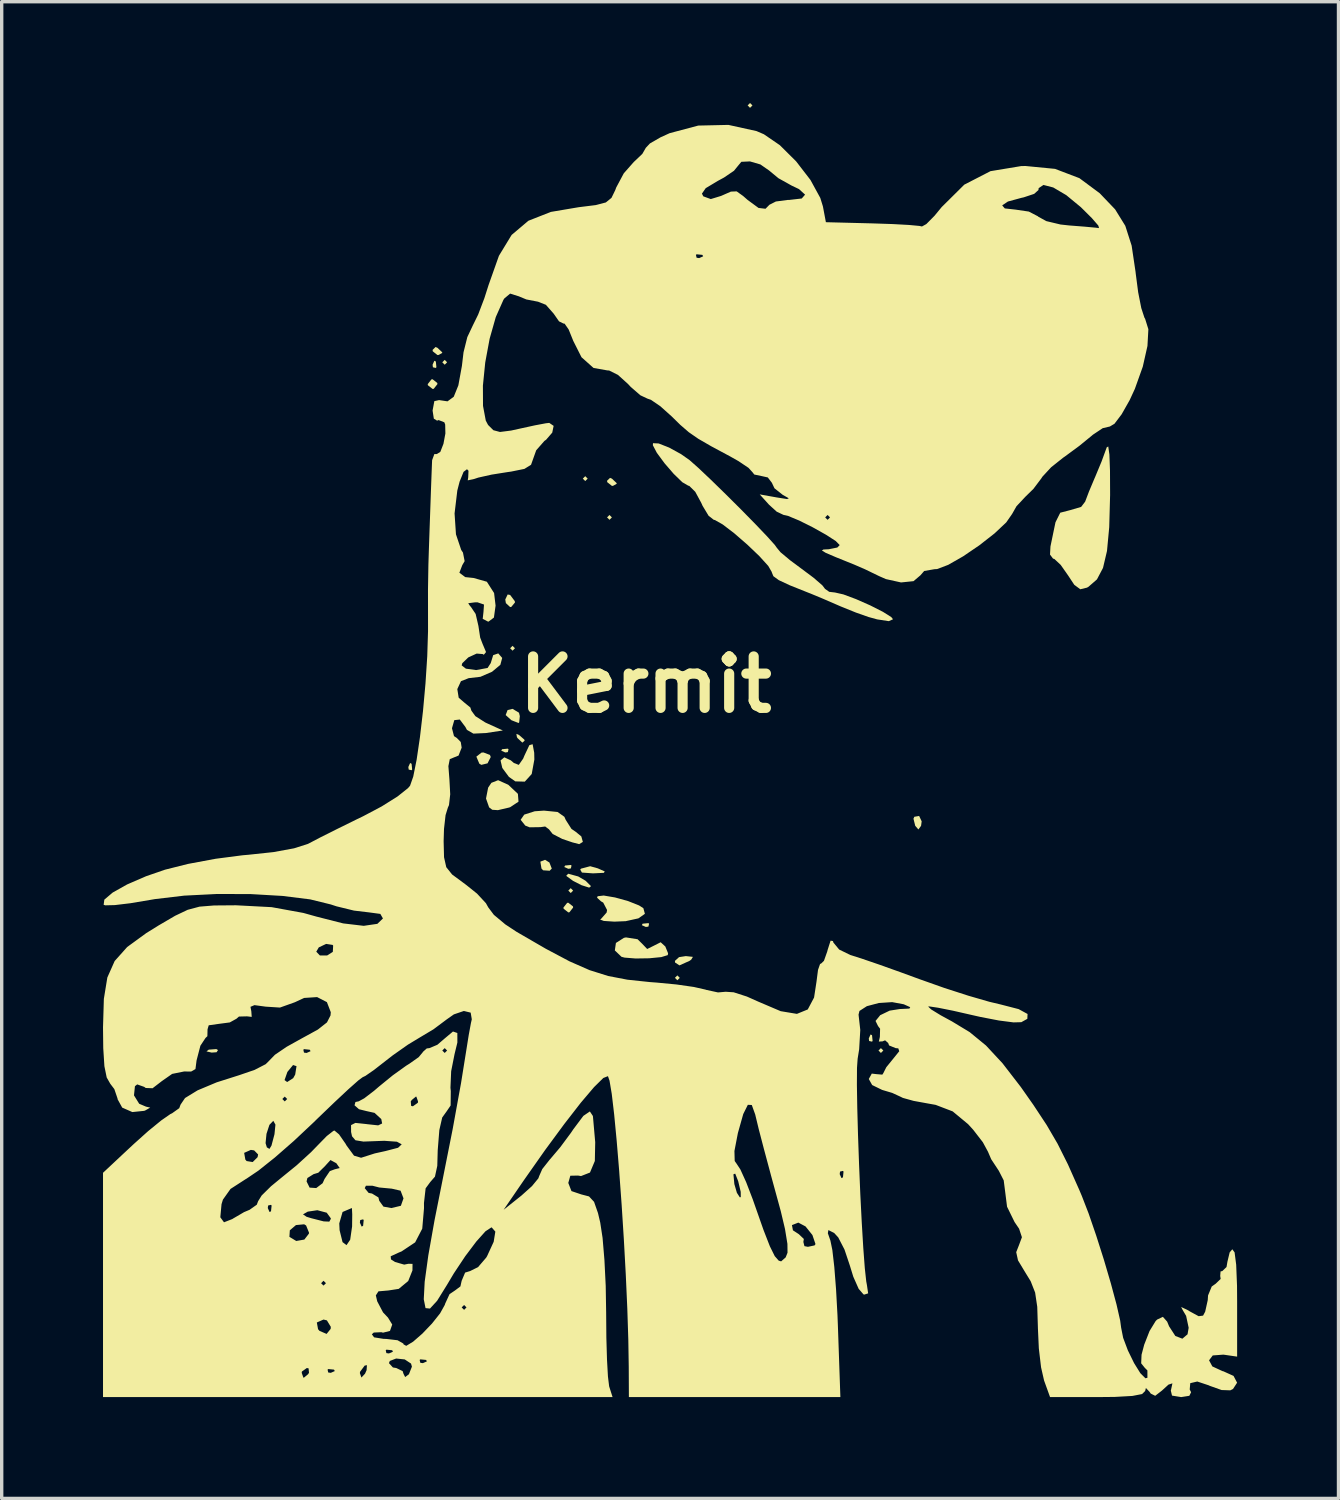
<source format=kicad_pcb>
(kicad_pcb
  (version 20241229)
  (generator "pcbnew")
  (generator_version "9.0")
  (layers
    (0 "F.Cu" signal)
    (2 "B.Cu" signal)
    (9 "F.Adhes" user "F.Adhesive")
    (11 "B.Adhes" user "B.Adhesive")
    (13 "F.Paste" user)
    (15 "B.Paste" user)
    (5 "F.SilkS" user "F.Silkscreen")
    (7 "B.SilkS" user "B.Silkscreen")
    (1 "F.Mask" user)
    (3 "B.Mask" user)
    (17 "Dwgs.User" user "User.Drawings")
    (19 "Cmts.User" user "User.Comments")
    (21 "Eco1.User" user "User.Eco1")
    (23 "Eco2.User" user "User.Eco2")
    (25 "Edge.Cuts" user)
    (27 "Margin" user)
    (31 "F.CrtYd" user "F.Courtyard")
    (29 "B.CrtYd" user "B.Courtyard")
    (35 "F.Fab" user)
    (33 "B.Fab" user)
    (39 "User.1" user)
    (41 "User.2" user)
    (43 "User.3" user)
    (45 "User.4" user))
  (footprint "Kermit"
    (layer "F.Cu")
    (at 16.072 17.22)
    (property "Reference" "Kermit" (at 0 0 0) (layer "F.SilkS") (effects (font (size 1.524 1.524) (thickness 0.3))))
    (attr board_only exclude_from_pos_files exclude_from_bom)
    (fp_poly (pts (xy -5.884 -9.543) (xy -5.955 -9.471) (xy -6.027 -9.543) (xy -5.955 -9.615)) (stroke (width 0) (type solid)) (fill yes) (layer "F.SilkS"))
    (fp_poly (pts (xy -3.875 -1.076) (xy -3.946 -1.005) (xy -4.018 -1.076) (xy -3.946 -1.148)) (stroke (width 0) (type solid)) (fill yes) (layer "F.SilkS"))
    (fp_poly (pts (xy -2.153 6.099) (xy -2.224 6.171) (xy -2.296 6.099) (xy -2.224 6.027)) (stroke (width 0) (type solid)) (fill yes) (layer "F.SilkS"))
    (fp_poly (pts (xy -1.722 -6.099) (xy -1.794 -6.027) (xy -1.866 -6.099) (xy -1.794 -6.171)) (stroke (width 0) (type solid)) (fill yes) (layer "F.SilkS"))
    (fp_poly (pts (xy -1.005 -4.951) (xy -1.076 -4.879) (xy -1.148 -4.951) (xy -1.076 -5.023)) (stroke (width 0) (type solid)) (fill yes) (layer "F.SilkS"))
    (fp_poly (pts (xy 1.005 8.682) (xy 0.933 8.754) (xy 0.861 8.682) (xy 0.933 8.61)) (stroke (width 0) (type solid)) (fill yes) (layer "F.SilkS"))
    (fp_poly (pts (xy 3.157 -17.149) (xy 3.085 -17.077) (xy 3.014 -17.149) (xy 3.085 -17.22)) (stroke (width 0) (type solid)) (fill yes) (layer "F.SilkS"))
    (fp_poly (pts (xy 7.032 10.834) (xy 6.96 10.906) (xy 6.888 10.834) (xy 6.96 10.763)) (stroke (width 0) (type solid)) (fill yes) (layer "F.SilkS"))
    (fp_poly (pts (xy -12.667 10.82) (xy -12.71 10.885) (xy -12.855 10.895) (xy -13.009 10.86) (xy -12.942 10.808) (xy -12.718 10.791)) (stroke (width 0) (type solid)) (fill yes) (layer "F.SilkS"))
    (fp_poly (pts (xy -6.936 2.344) (xy -6.919 2.514) (xy -6.936 2.535) (xy -7.021 2.516) (xy -7.032 2.44) (xy -6.979 2.321)) (stroke (width 0) (type solid)) (fill yes) (layer "F.SilkS"))
    (fp_poly (pts (xy -6.218 -9.567) (xy -6.201 -9.397) (xy -6.218 -9.376) (xy -6.304 -9.395) (xy -6.314 -9.471) (xy -6.262 -9.589)) (stroke (width 0) (type solid)) (fill yes) (layer "F.SilkS"))
    (fp_poly (pts (xy -4.066 1.913) (xy -4.086 1.999) (xy -4.162 2.009) (xy -4.28 1.957) (xy -4.257 1.913) (xy -4.087 1.896)) (stroke (width 0) (type solid)) (fill yes) (layer "F.SilkS"))
    (fp_poly (pts (xy -2.2 5.357) (xy -2.22 5.443) (xy -2.296 5.453) (xy -2.414 5.401) (xy -2.392 5.357) (xy -2.221 5.34)) (stroke (width 0) (type solid)) (fill yes) (layer "F.SilkS"))
    (fp_poly (pts (xy 0.096 7.079) (xy 0.076 7.165) (xy 0 7.175) (xy -0.118 7.123) (xy -0.096 7.079) (xy 0.075 7.062)) (stroke (width 0) (type solid)) (fill yes) (layer "F.SilkS"))
    (fp_poly (pts (xy 6.697 10.38) (xy 6.714 10.55) (xy 6.697 10.571) (xy 6.611 10.552) (xy 6.601 10.476) (xy 6.654 10.358)) (stroke (width 0) (type solid)) (fill yes) (layer "F.SilkS"))
    (fp_poly (pts (xy -3.753 1.493) (xy -3.6 1.626) (xy -3.588 1.659) (xy -3.656 1.718) (xy -3.797 1.586) (xy -3.817 1.556) (xy -3.833 1.458)) (stroke (width 0) (type solid)) (fill yes) (layer "F.SilkS"))
    (fp_poly (pts (xy -2.855 5.267) (xy -2.785 5.447) (xy -2.848 5.511) (xy -3.042 5.498) (xy -3.09 5.446) (xy -3.123 5.242) (xy -2.984 5.187)) (stroke (width 0) (type solid)) (fill yes) (layer "F.SilkS"))
    (fp_poly (pts (xy 8.167 4.048) (xy 8.149 4.181) (xy 8.07 4.289) (xy 7.976 4.181) (xy 7.924 3.97) (xy 7.95 3.913) (xy 8.092 3.889)) (stroke (width 0) (type solid)) (fill yes) (layer "F.SilkS"))
    (fp_poly (pts (xy -6.175 -8.931) (xy -6.171 -8.897) (xy -6.28 -8.758) (xy -6.314 -8.754) (xy -6.453 -8.863) (xy -6.458 -8.897) (xy -6.348 -9.037) (xy -6.314 -9.041)) (stroke (width 0) (type solid)) (fill yes) (layer "F.SilkS"))
    (fp_poly (pts (xy -6.171 -9.973) (xy -6.034 -9.844) (xy -6.027 -9.821) (xy -6.138 -9.76) (xy -6.171 -9.758) (xy -6.309 -9.869) (xy -6.314 -9.91) (xy -6.226 -9.996)) (stroke (width 0) (type solid)) (fill yes) (layer "F.SilkS"))
    (fp_poly (pts (xy -4.616 2.082) (xy -4.592 2.144) (xy -4.687 2.331) (xy -4.871 2.376) (xy -4.931 2.34) (xy -5.018 2.132) (xy -4.865 2.013) (xy -4.807 2.009)) (stroke (width 0) (type solid)) (fill yes) (layer "F.SilkS"))
    (fp_poly (pts (xy -4.018 -2.655) (xy -3.88 -2.471) (xy -3.875 -2.431) (xy -3.984 -2.3) (xy -4.018 -2.296) (xy -4.144 -2.413) (xy -4.162 -2.52) (xy -4.092 -2.668)) (stroke (width 0) (type solid)) (fill yes) (layer "F.SilkS"))
    (fp_poly (pts (xy -2.157 6.567) (xy -2.153 6.601) (xy -2.262 6.74) (xy -2.296 6.745) (xy -2.435 6.635) (xy -2.44 6.601) (xy -2.33 6.462) (xy -2.296 6.458)) (stroke (width 0) (type solid)) (fill yes) (layer "F.SilkS"))
    (fp_poly (pts (xy -1.005 -6.099) (xy -0.868 -5.97) (xy -0.861 -5.947) (xy -0.972 -5.885) (xy -1.005 -5.884) (xy -1.143 -5.994) (xy -1.148 -6.036) (xy -1.06 -6.121)) (stroke (width 0) (type solid)) (fill yes) (layer "F.SilkS"))
    (fp_poly (pts (xy 1.394 8.061) (xy 1.342 8.145) (xy 1.292 8.18) (xy 0.995 8.313) (xy 0.865 8.228) (xy 0.861 8.18) (xy 0.983 8.069) (xy 1.184 8.038)) (stroke (width 0) (type solid)) (fill yes) (layer "F.SilkS"))
    (fp_poly (pts (xy -3.756 0.832) (xy -3.731 0.933) (xy -3.75 1.118) (xy -3.767 1.137) (xy -3.912 1.081) (xy -3.982 1.053) (xy -4.15 0.901) (xy -4.093 0.753) (xy -3.946 0.718)) (stroke (width 0) (type solid)) (fill yes) (layer "F.SilkS"))
    (fp_poly (pts (xy -2.002 5.68) (xy -1.785 5.807) (xy -1.623 5.967) (xy -1.677 6.011) (xy -1.904 5.939) (xy -2.153 5.812) (xy -2.358 5.662) (xy -2.302 5.602) (xy -2.288 5.602)) (stroke (width 0) (type solid)) (fill yes) (layer "F.SilkS"))
    (fp_poly (pts (xy -1.423 5.44) (xy -1.216 5.532) (xy -1.244 5.573) (xy -1.533 5.587) (xy -1.571 5.588) (xy -1.892 5.565) (xy -1.943 5.477) (xy -1.919 5.449) (xy -1.648 5.377)) (stroke (width 0) (type solid)) (fill yes) (layer "F.SilkS"))
    (fp_poly (pts (xy -4.08 2.962) (xy -4.07 2.968) (xy -3.788 3.234) (xy -3.77 3.466) (xy -4.018 3.63) (xy -4.054 3.641) (xy -4.38 3.717) (xy -4.546 3.706) (xy -4.64 3.635) (xy -4.732 3.373) (xy -4.669 3.05) (xy -4.573 2.908) (xy -4.374 2.83)) (stroke (width 0) (type solid)) (fill yes) (layer "F.SilkS"))
    (fp_poly (pts (xy -3.305 2.019) (xy -3.301 2.219) (xy -3.379 2.647) (xy -3.584 2.873) (xy -3.865 2.865) (xy -4.054 2.732) (xy -4.25 2.468) (xy -4.302 2.245) (xy -4.19 2.153) (xy -3.999 2.242) (xy -3.909 2.319) (xy -3.762 2.377) (xy -3.632 2.191) (xy -3.596 2.104) (xy -3.449 1.793) (xy -3.352 1.765)) (stroke (width 0) (type solid)) (fill yes) (layer "F.SilkS"))
    (fp_poly (pts (xy -0.245 7.539) (xy -0.109 7.672) (xy 0.04 7.828) (xy 0.238 7.73) (xy 0.439 7.628) (xy 0.577 7.754) (xy 0.659 7.956) (xy 0.649 8.009) (xy 0.457 8.068) (xy 0.098 8.103) (xy -0.304 8.109) (xy -0.63 8.083) (xy -0.721 8.059) (xy -0.918 7.87) (xy -0.886 7.649) (xy -0.648 7.497) (xy -0.587 7.485)) (stroke (width 0) (type solid)) (fill yes) (layer "F.SilkS"))
    (fp_poly (pts (xy -0.912 6.302) (xy -0.526 6.409) (xy -0.201 6.538) (xy -0.073 6.62) (xy -0.028 6.786) (xy -0.22 6.921) (xy -0.597 7.004) (xy -0.933 7.018) (xy -1.245 6.997) (xy -1.354 6.956) (xy -1.327 6.937) (xy -1.161 6.748) (xy -1.148 6.673) (xy -1.262 6.454) (xy -1.327 6.417) (xy -1.444 6.309) (xy -1.427 6.266) (xy -1.248 6.245)) (stroke (width 0) (type solid)) (fill yes) (layer "F.SilkS"))
    (fp_poly (pts (xy -2.613 3.771) (xy -2.412 3.914) (xy -2.372 4.005) (xy -2.202 4.272) (xy -2.075 4.359) (xy -1.91 4.495) (xy -1.865 4.657) (xy -1.973 4.724) (xy -2.175 4.671) (xy -2.475 4.569) (xy -2.758 4.423) (xy -2.87 4.283) (xy -2.98 4.201) (xy -3.121 4.22) (xy -3.44 4.225) (xy -3.57 4.174) (xy -3.707 4.002) (xy -3.6 3.849) (xy -3.29 3.75) (xy -3.015 3.731)) (stroke (width 0) (type solid)) (fill yes) (layer "F.SilkS"))
    (fp_poly (pts (xy 13.725 -6.813) (xy 13.743 -6.332) (xy 13.746 -5.628) (xy 13.746 -5.61) (xy 13.72 -4.661) (xy 13.654 -3.957) (xy 13.536 -3.456) (xy 13.357 -3.116) (xy 13.105 -2.896) (xy 13.061 -2.871) (xy 12.863 -2.823) (xy 12.685 -2.955) (xy 12.503 -3.231) (xy 12.282 -3.546) (xy 12.095 -3.72) (xy 12.056 -3.731) (xy 11.967 -3.85) (xy 11.98 -4.09) (xy 12.072 -4.535) (xy 12.129 -4.807) (xy 12.27 -5.09) (xy 12.564 -5.166) (xy 12.888 -5.261) (xy 13.007 -5.417) (xy 13.12 -5.715) (xy 13.287 -6.112) (xy 13.309 -6.162) (xy 13.492 -6.603) (xy 13.638 -7.002) (xy 13.644 -7.023) (xy 13.691 -7.051)) (stroke (width 0) (type solid)) (fill yes) (layer "F.SilkS"))
    (fp_poly (pts (xy 0.38 -7.14) (xy 0.69 -7.018) (xy 1.043 -6.824) (xy 1.292 -6.649) (xy 1.552 -6.419) (xy 1.924 -6.067) (xy 2.361 -5.641) (xy 2.816 -5.188) (xy 3.242 -4.754) (xy 3.591 -4.388) (xy 3.817 -4.137) (xy 3.878 -4.051) (xy 3.988 -3.919) (xy 4.27 -3.683) (xy 4.592 -3.444) (xy 4.969 -3.162) (xy 5.228 -2.937) (xy 5.306 -2.834) (xy 5.43 -2.747) (xy 5.601 -2.727) (xy 5.848 -2.671) (xy 6.224 -2.531) (xy 6.643 -2.346) (xy 7.02 -2.155) (xy 7.267 -1.999) (xy 7.319 -1.935) (xy 7.194 -1.879) (xy 6.85 -1.931) (xy 6.593 -2.002) (xy 6.221 -2.133) (xy 5.763 -2.318) (xy 5.66 -2.363) (xy 5.233 -2.548) (xy 4.874 -2.697) (xy 4.807 -2.723) (xy 4.262 -2.941) (xy 3.936 -3.093) (xy 3.776 -3.21) (xy 3.73 -3.322) (xy 3.729 -3.333) (xy 3.625 -3.513) (xy 3.36 -3.805) (xy 3.001 -4.148) (xy 2.617 -4.481) (xy 2.274 -4.743) (xy 2.042 -4.874) (xy 2.012 -4.879) (xy 1.858 -4.999) (xy 1.679 -5.296) (xy 1.641 -5.381) (xy 1.463 -5.709) (xy 1.286 -5.883) (xy 1.254 -5.891) (xy 1.079 -5.993) (xy 0.825 -6.24) (xy 0.553 -6.555) (xy 0.326 -6.863) (xy 0.208 -7.087) (xy 0.212 -7.148)) (stroke (width 0) (type solid)) (fill yes) (layer "F.SilkS"))
    (fp_poly (pts (xy 3.276 -16.389) (xy 3.495 -16.295) (xy 3.967 -15.972) (xy 4.451 -15.491) (xy 4.874 -14.942) (xy 5.165 -14.41) (xy 5.243 -14.158) (xy 5.331 -13.691) (xy 6.706 -13.656) (xy 7.308 -13.636) (xy 7.797 -13.609) (xy 8.106 -13.58) (xy 8.175 -13.564) (xy 8.305 -13.636) (xy 8.546 -13.88) (xy 8.761 -14.141) (xy 8.81 -14.189) (xy 10.551 -14.189) (xy 10.628 -14.099) (xy 10.952 -14.063) (xy 11.338 -14.006) (xy 11.607 -13.867) (xy 11.618 -13.855) (xy 11.858 -13.723) (xy 12.277 -13.623) (xy 12.532 -13.595) (xy 12.983 -13.56) (xy 13.318 -13.529) (xy 13.418 -13.517) (xy 13.397 -13.591) (xy 13.206 -13.812) (xy 12.885 -14.131) (xy 12.88 -14.136) (xy 12.448 -14.492) (xy 12.063 -14.719) (xy 11.773 -14.794) (xy 11.631 -14.699) (xy 11.624 -14.644) (xy 11.498 -14.53) (xy 11.189 -14.427) (xy 11.12 -14.412) (xy 10.72 -14.303) (xy 10.551 -14.189) (xy 8.81 -14.189) (xy 9.429 -14.803) (xy 10.204 -15.202) (xy 11.115 -15.353) (xy 11.243 -15.355) (xy 12.116 -15.27) (xy 12.837 -14.995) (xy 13.438 -14.549) (xy 13.894 -14.072) (xy 14.196 -13.584) (xy 14.384 -12.996) (xy 14.5 -12.216) (xy 14.503 -12.184) (xy 14.577 -11.617) (xy 14.669 -11.149) (xy 14.762 -10.865) (xy 14.782 -10.833) (xy 14.879 -10.522) (xy 14.852 -10.027) (xy 14.714 -9.415) (xy 14.479 -8.756) (xy 14.324 -8.421) (xy 14.087 -8.003) (xy 13.875 -7.723) (xy 13.739 -7.642) (xy 13.528 -7.593) (xy 13.237 -7.399) (xy 13.208 -7.374) (xy 12.836 -7.07) (xy 12.406 -6.753) (xy 12.355 -6.718) (xy 12 -6.435) (xy 11.742 -6.156) (xy 11.709 -6.105) (xy 11.476 -5.796) (xy 11.238 -5.563) (xy 10.974 -5.281) (xy 10.844 -5.052) (xy 10.671 -4.803) (xy 10.325 -4.477) (xy 9.875 -4.125) (xy 9.394 -3.798) (xy 8.953 -3.546) (xy 8.624 -3.421) (xy 8.545 -3.417) (xy 8.241 -3.364) (xy 8.131 -3.237) (xy 7.926 -3.063) (xy 7.556 -3.025) (xy 7.108 -3.124) (xy 6.91 -3.211) (xy 6.491 -3.414) (xy 6.171 -3.553) (xy 5.633 -3.77) (xy 5.325 -3.902) (xy 5.213 -3.971) (xy 5.258 -4) (xy 5.417 -4.008) (xy 5.67 -4.059) (xy 5.74 -4.131) (xy 5.623 -4.251) (xy 5.328 -4.441) (xy 4.939 -4.659) (xy 4.54 -4.858) (xy 4.316 -4.951) (xy 5.31 -4.951) (xy 5.381 -4.879) (xy 5.453 -4.951) (xy 5.381 -5.023) (xy 5.31 -4.951) (xy 4.316 -4.951) (xy 4.216 -4.993) (xy 4.076 -5.025) (xy 3.874 -5.121) (xy 3.646 -5.328) (xy 3.372 -5.632) (xy 3.875 -5.542) (xy 4.181 -5.494) (xy 4.233 -5.516) (xy 4.055 -5.618) (xy 4.054 -5.618) (xy 3.808 -5.813) (xy 3.731 -5.977) (xy 3.611 -6.134) (xy 3.444 -6.171) (xy 3.211 -6.22) (xy 3.157 -6.289) (xy 3.041 -6.417) (xy 2.743 -6.617) (xy 2.499 -6.755) (xy 1.936 -7.057) (xy 1.552 -7.279) (xy 1.272 -7.473) (xy 1.02 -7.691) (xy 0.763 -7.943) (xy 0.428 -8.243) (xy 0.151 -8.432) (xy 0.049 -8.467) (xy -0.161 -8.566) (xy -0.447 -8.814) (xy -0.529 -8.902) (xy -0.826 -9.17) (xy -1.086 -9.3) (xy -1.14 -9.303) (xy -1.549 -9.376) (xy -1.905 -9.693) (xy -2.148 -10.175) (xy -2.285 -10.514) (xy -2.405 -10.687) (xy -2.439 -10.691) (xy -2.57 -10.755) (xy -2.729 -10.983) (xy -2.959 -11.245) (xy -3.191 -11.337) (xy -3.538 -11.404) (xy -3.762 -11.497) (xy -4.018 -11.577) (xy -4.191 -11.432) (xy -4.218 -11.389) (xy -4.443 -10.882) (xy -4.625 -10.24) (xy -4.755 -9.539) (xy -4.824 -8.852) (xy -4.821 -8.252) (xy -4.739 -7.816) (xy -4.671 -7.688) (xy -4.514 -7.532) (xy -4.318 -7.48) (xy -3.989 -7.522) (xy -3.722 -7.581) (xy -3.282 -7.677) (xy -2.957 -7.738) (xy -2.859 -7.749) (xy -2.73 -7.661) (xy -2.771 -7.461) (xy -2.954 -7.249) (xy -3.003 -7.215) (xy -3.246 -6.938) (xy -3.326 -6.714) (xy -3.399 -6.509) (xy -3.595 -6.387) (xy -3.989 -6.307) (xy -4.09 -6.293) (xy -4.568 -6.217) (xy -4.961 -6.129) (xy -5.082 -6.089) (xy -5.273 -6.048) (xy -5.259 -6.136) (xy -5.251 -6.332) (xy -5.295 -6.377) (xy -5.397 -6.299) (xy -5.514 -6.01) (xy -5.582 -5.746) (xy -5.663 -5.068) (xy -5.622 -4.45) (xy -5.466 -3.986) (xy -5.415 -3.91) (xy -5.365 -3.656) (xy -5.434 -3.538) (xy -5.521 -3.313) (xy -5.347 -3.183) (xy -5.099 -3.157) (xy -4.707 -3.046) (xy -4.493 -2.711) (xy -4.449 -2.339) (xy -4.498 -1.985) (xy -4.657 -1.866) (xy -4.674 -1.866) (xy -4.83 -1.947) (xy -4.807 -2.153) (xy -4.792 -2.371) (xy -4.986 -2.437) (xy -5.049 -2.437) (xy -5.259 -2.41) (xy -5.201 -2.321) (xy -5.187 -2.312) (xy -5.039 -2.092) (xy -4.957 -1.737) (xy -4.905 -1.393) (xy -4.829 -1.194) (xy -4.828 -1.193) (xy -4.736 -0.975) (xy -4.736 -0.957) (xy -4.798 -0.883) (xy -4.826 -0.904) (xy -5.009 -0.919) (xy -5.257 -0.805) (xy -5.434 -0.635) (xy -5.453 -0.569) (xy -5.328 -0.472) (xy -5.028 -0.431) (xy -5.023 -0.431) (xy -4.685 -0.493) (xy -4.592 -0.637) (xy -4.52 -0.872) (xy -4.369 -0.924) (xy -4.253 -0.79) (xy -4.308 -0.585) (xy -4.553 -0.381) (xy -4.898 -0.231) (xy -5.245 -0.191) (xy -5.474 -0.101) (xy -5.582 0.133) (xy -5.541 0.388) (xy -5.391 0.518) (xy -5.195 0.678) (xy -5.166 0.77) (xy -5.048 0.933) (xy -4.757 1.119) (xy -4.7 1.146) (xy -4.233 1.358) (xy -4.736 1.434) (xy -5.106 1.451) (xy -5.297 1.34) (xy -5.341 1.257) (xy -5.508 1.034) (xy -5.671 1.052) (xy -5.74 1.292) (xy -5.68 1.525) (xy -5.597 1.579) (xy -5.48 1.699) (xy -5.453 1.866) (xy -5.545 2.101) (xy -5.674 2.153) (xy -5.805 2.207) (xy -5.846 2.415) (xy -5.815 2.816) (xy -5.792 3.247) (xy -5.828 3.566) (xy -5.861 3.641) (xy -5.93 3.865) (xy -5.976 4.274) (xy -5.987 4.636) (xy -5.975 5.111) (xy -5.909 5.405) (xy -5.737 5.621) (xy -5.406 5.866) (xy -5.37 5.891) (xy -4.998 6.188) (xy -4.734 6.473) (xy -4.666 6.595) (xy -4.499 6.817) (xy -4.16 7.1) (xy -3.831 7.317) (xy -2.958 7.823) (xy -2.258 8.194) (xy -1.666 8.454) (xy -1.117 8.627) (xy -0.545 8.737) (xy 0.116 8.807) (xy 0.318 8.822) (xy 0.904 8.878) (xy 1.421 8.952) (xy 1.765 9.03) (xy 1.787 9.038) (xy 2.137 9.114) (xy 2.364 9.094) (xy 2.601 9.11) (xy 2.992 9.236) (xy 3.326 9.385) (xy 3.992 9.669) (xy 4.473 9.749) (xy 4.794 9.618) (xy 4.981 9.265) (xy 5.053 8.795) (xy 5.098 8.446) (xy 5.16 8.268) (xy 5.185 8.263) (xy 5.273 8.179) (xy 5.371 7.902) (xy 5.383 7.854) (xy 5.47 7.581) (xy 5.54 7.593) (xy 5.553 7.637) (xy 5.724 7.844) (xy 6.053 8.005) (xy 6.073 8.011) (xy 6.39 8.112) (xy 6.901 8.287) (xy 7.532 8.512) (xy 8.108 8.723) (xy 8.831 8.979) (xy 9.549 9.211) (xy 10.168 9.39) (xy 10.512 9.472) (xy 11.038 9.608) (xy 11.302 9.752) (xy 11.295 9.896) (xy 11.117 9.995) (xy 10.885 10.001) (xy 10.453 9.945) (xy 9.899 9.838) (xy 9.651 9.782) (xy 9.094 9.655) (xy 8.654 9.567) (xy 8.397 9.529) (xy 8.358 9.532) (xy 8.448 9.617) (xy 8.73 9.79) (xy 9.064 9.972) (xy 9.588 10.289) (xy 10.071 10.685) (xy 10.559 11.21) (xy 11.101 11.912) (xy 11.476 12.446) (xy 11.868 13.04) (xy 12.191 13.594) (xy 12.496 14.203) (xy 12.836 14.967) (xy 12.909 15.14) (xy 13.11 15.659) (xy 13.334 16.311) (xy 13.561 17.024) (xy 13.768 17.728) (xy 13.936 18.353) (xy 14.044 18.828) (xy 14.072 19.036) (xy 14.132 19.34) (xy 14.273 19.715) (xy 14.456 20.089) (xy 14.642 20.388) (xy 14.792 20.538) (xy 14.851 20.523) (xy 14.85 20.305) (xy 14.773 20.229) (xy 14.666 20.095) (xy 14.677 19.841) (xy 14.755 19.545) (xy 14.914 19.139) (xy 15.095 18.843) (xy 15.138 18.8) (xy 15.309 18.719) (xy 15.435 18.861) (xy 15.492 18.999) (xy 15.677 19.285) (xy 15.886 19.366) (xy 16.039 19.236) (xy 16.072 19.043) (xy 15.997 18.691) (xy 15.893 18.514) (xy 15.849 18.427) (xy 16.028 18.511) (xy 16.095 18.552) (xy 16.367 18.7) (xy 16.499 18.683) (xy 16.561 18.566) (xy 16.637 18.224) (xy 16.646 18.085) (xy 16.755 17.821) (xy 16.871 17.739) (xy 17.019 17.597) (xy 17.006 17.508) (xy 17.016 17.375) (xy 17.068 17.364) (xy 17.193 17.244) (xy 17.22 17.085) (xy 17.286 16.811) (xy 17.364 16.718) (xy 17.432 16.811) (xy 17.479 17.176) (xy 17.504 17.801) (xy 17.507 18.263) (xy 17.507 19.897) (xy 17.101 19.838) (xy 16.785 19.862) (xy 16.676 20.006) (xy 16.773 20.187) (xy 17.076 20.327) (xy 17.101 20.332) (xy 17.401 20.468) (xy 17.506 20.669) (xy 17.385 20.855) (xy 17.305 20.895) (xy 17.047 20.886) (xy 16.695 20.761) (xy 16.667 20.747) (xy 16.327 20.634) (xy 16.119 20.683) (xy 16.103 20.87) (xy 16.144 20.951) (xy 16.092 21.057) (xy 15.85 21.095) (xy 15.579 21.051) (xy 15.543 20.9) (xy 15.55 20.88) (xy 15.591 20.688) (xy 15.474 20.726) (xy 15.28 20.903) (xy 15.081 21.057) (xy 14.949 20.991) (xy 14.913 20.939) (xy 14.806 20.826) (xy 14.783 20.916) (xy 14.693 21.005) (xy 14.405 21.061) (xy 13.885 21.09) (xy 13.375 21.095) (xy 11.968 21.095) (xy 11.791 20.604) (xy 11.702 20.214) (xy 11.636 19.655) (xy 11.608 19.047) (xy 11.608 19.03) (xy 11.589 18.422) (xy 11.526 18) (xy 11.394 17.664) (xy 11.238 17.41) (xy 11.019 17.047) (xy 10.966 16.804) (xy 11.047 16.598) (xy 11.135 16.362) (xy 11.051 16.109) (xy 10.917 15.912) (xy 10.695 15.459) (xy 10.647 15.079) (xy 10.596 14.679) (xy 10.451 14.395) (xy 10.225 14.052) (xy 10.13 13.83) (xy 9.977 13.548) (xy 9.695 13.183) (xy 9.541 13.014) (xy 9.085 12.636) (xy 8.58 12.443) (xy 8.361 12.404) (xy 7.928 12.325) (xy 7.611 12.237) (xy 7.534 12.199) (xy 7.295 12.089) (xy 6.996 12) (xy 6.701 11.856) (xy 6.601 11.677) (xy 6.69 11.517) (xy 6.816 11.532) (xy 7.002 11.548) (xy 7.032 11.503) (xy 7.12 11.328) (xy 7.324 11.077) (xy 7.503 10.855) (xy 7.475 10.77) (xy 7.396 10.763) (xy 7.202 10.683) (xy 7.175 10.611) (xy 7.084 10.532) (xy 7.007 10.563) (xy 6.899 10.569) (xy 6.929 10.432) (xy 6.936 10.189) (xy 6.875 10.109) (xy 6.801 9.958) (xy 6.939 9.788) (xy 7.219 9.653) (xy 7.516 9.606) (xy 7.804 9.592) (xy 7.828 9.551) (xy 7.637 9.465) (xy 7.293 9.401) (xy 6.898 9.427) (xy 6.544 9.521) (xy 6.325 9.662) (xy 6.298 9.771) (xy 6.349 10.225) (xy 6.316 10.798) (xy 6.271 11.076) (xy 6.252 11.346) (xy 6.249 11.848) (xy 6.26 12.527) (xy 6.282 13.329) (xy 6.313 14.199) (xy 6.35 15.084) (xy 6.393 15.928) (xy 6.438 16.677) (xy 6.483 17.276) (xy 6.526 17.671) (xy 6.546 17.778) (xy 6.582 18.024) (xy 6.466 18.061) (xy 6.444 18.054) (xy 6.301 17.889) (xy 6.142 17.53) (xy 6.038 17.193) (xy 5.882 16.727) (xy 5.697 16.368) (xy 5.576 16.236) (xy 5.405 16.15) (xy 5.389 16.244) (xy 5.465 16.462) (xy 5.522 16.74) (xy 5.58 17.243) (xy 5.632 17.907) (xy 5.674 18.67) (xy 5.686 18.972) (xy 5.76 21.095) (xy -0.502 21.095) (xy -0.506 20.198) (xy -0.519 19.394) (xy -0.549 18.47) (xy -0.594 17.467) (xy -0.651 16.427) (xy -0.717 15.391) (xy -0.781 14.518) (xy 2.595 14.518) (xy 2.621 14.788) (xy 2.696 15.047) (xy 2.783 15.181) (xy 2.811 15.174) (xy 2.809 15.018) (xy 2.736 14.709) (xy 2.734 14.702) (xy 2.647 14.481) (xy 2.598 14.493) (xy 2.595 14.518) (xy -0.781 14.518) (xy -0.789 14.401) (xy -0.838 13.809) (xy 2.623 13.809) (xy 2.631 14.105) (xy 2.685 14.182) (xy 2.799 14.355) (xy 2.97 14.731) (xy 3.165 15.239) (xy 3.231 15.427) (xy 3.484 16.147) (xy 3.673 16.632) (xy 3.817 16.922) (xy 3.934 17.055) (xy 4.006 17.077) (xy 4.14 16.959) (xy 4.195 16.82) (xy 4.192 16.559) (xy 4.12 16.118) (xy 4.093 16.003) (xy 4.326 16.003) (xy 4.355 16.157) (xy 4.529 16.271) (xy 4.678 16.413) (xy 4.664 16.502) (xy 4.696 16.626) (xy 4.799 16.646) (xy 4.996 16.604) (xy 5.023 16.565) (xy 4.932 16.297) (xy 4.728 16.042) (xy 4.515 15.929) (xy 4.326 16.003) (xy 4.093 16.003) (xy 3.995 15.589) (xy 3.988 15.564) (xy 3.707 14.536) (xy 3.696 14.494) (xy 5.74 14.494) (xy 5.793 14.612) (xy 5.836 14.589) (xy 5.853 14.419) (xy 5.836 14.398) (xy 5.75 14.418) (xy 5.74 14.494) (xy 3.696 14.494) (xy 3.496 13.749) (xy 3.345 13.17) (xy 3.247 12.765) (xy 3.239 12.73) (xy 3.137 12.447) (xy 3.02 12.441) (xy 2.884 12.715) (xy 2.727 13.272) (xy 2.725 13.279) (xy 2.623 13.809) (xy -0.838 13.809) (xy -0.864 13.498) (xy -0.938 12.724) (xy -1.009 12.12) (xy -1.075 11.727) (xy -1.122 11.593) (xy -1.259 11.647) (xy -1.533 11.917) (xy -1.925 12.379) (xy -2.414 13.009) (xy -2.983 13.781) (xy -3.61 14.673) (xy -3.726 14.842) (xy -4.211 15.55) (xy -3.684 15.129) (xy -3.371 14.848) (xy -3.182 14.618) (xy -3.157 14.549) (xy -3.066 14.343) (xy -2.844 14.062) (xy -2.83 14.047) (xy -2.537 13.701) (xy -2.218 13.271) (xy -2.148 13.167) (xy -1.85 12.769) (xy -1.657 12.638) (xy -1.568 12.772) (xy -1.564 12.808) (xy -1.542 13.06) (xy -1.507 13.456) (xy -1.499 13.547) (xy -1.51 14.105) (xy -1.654 14.447) (xy -1.919 14.551) (xy -2.007 14.536) (xy -2.236 14.541) (xy -2.296 14.755) (xy -2.202 14.996) (xy -1.911 15.094) (xy -1.682 15.154) (xy -1.533 15.314) (xy -1.417 15.646) (xy -1.35 15.929) (xy -1.281 16.382) (xy -1.226 17.036) (xy -1.188 17.802) (xy -1.175 18.595) (xy -1.175 18.603) (xy -1.169 19.335) (xy -1.15 19.984) (xy -1.122 20.485) (xy -1.087 20.772) (xy -1.082 20.791) (xy -0.985 21.095) (xy -16.072 21.095) (xy -16.072 20.377) (xy -10.189 20.377) (xy -10.14 20.517) (xy -10.125 20.521) (xy -10.003 20.42) (xy -9.979 20.386) (xy -8.467 20.386) (xy -8.421 20.516) (xy -8.315 20.403) (xy -8.268 20.298) (xy -8.258 20.15) (xy -8.325 20.163) (xy -8.462 20.347) (xy -8.467 20.386) (xy -9.979 20.386) (xy -9.973 20.377) (xy -9.982 20.282) (xy -9.423 20.282) (xy -9.404 20.367) (xy -9.328 20.377) (xy -9.21 20.325) (xy -9.232 20.282) (xy -9.402 20.265) (xy -9.423 20.282) (xy -9.982 20.282) (xy -9.985 20.245) (xy -10.037 20.234) (xy -10.183 20.338) (xy -10.189 20.377) (xy -16.072 20.377) (xy -16.072 20.09) (xy -7.606 20.09) (xy -7.489 20.218) (xy -7.39 20.234) (xy -7.2 20.326) (xy -7.175 20.406) (xy -7.126 20.502) (xy -7.015 20.419) (xy -6.926 20.194) (xy -6.952 20.103) (xy -7.116 19.995) (xy -6.697 19.995) (xy -6.677 20.08) (xy -6.601 20.09) (xy -6.483 20.038) (xy -6.505 19.995) (xy -6.676 19.978) (xy -6.697 19.995) (xy -7.116 19.995) (xy -7.138 19.98) (xy -7.393 19.953) (xy -7.58 20.025) (xy -7.606 20.09) (xy -16.072 20.09) (xy -16.072 19.708) (xy -7.701 19.708) (xy -7.682 19.793) (xy -7.606 19.803) (xy -7.488 19.751) (xy -7.51 19.708) (xy -7.68 19.691) (xy -7.701 19.708) (xy -16.072 19.708) (xy -16.072 18.886) (xy -9.741 18.886) (xy -9.705 19.085) (xy -9.663 19.134) (xy -9.452 19.225) (xy -9.332 19.076) (xy -9.328 19.014) (xy -9.443 18.824) (xy -9.543 18.799) (xy -9.741 18.886) (xy -16.072 18.886) (xy -16.072 17.723) (xy -9.615 17.723) (xy -9.543 17.794) (xy -9.471 17.723) (xy -9.543 17.651) (xy -9.615 17.723) (xy -16.072 17.723) (xy -16.072 16.35) (xy -10.553 16.35) (xy -10.552 16.351) (xy -10.351 16.473) (xy -10.111 16.431) (xy -9.976 16.256) (xy -9.973 16.226) (xy -10.059 16.014) (xy -10.117 15.979) (xy -10.359 16.002) (xy -10.541 16.157) (xy -10.553 16.35) (xy -16.072 16.35) (xy -16.072 15.953) (xy -9.077 15.953) (xy -9.067 16.155) (xy -8.98 16.507) (xy -8.862 16.596) (xy -8.754 16.436) (xy -8.697 16.041) (xy -8.697 16.029) (xy -8.696 15.929) (xy -8.467 15.929) (xy -8.414 16.047) (xy -8.371 16.024) (xy -8.354 15.854) (xy -8.371 15.833) (xy -8.456 15.853) (xy -8.467 15.929) (xy -8.696 15.929) (xy -8.693 15.686) (xy -8.702 15.506) (xy -8.706 15.498) (xy -8.979 15.614) (xy -9.077 15.953) (xy -16.072 15.953) (xy -16.072 15.771) (xy -12.599 15.771) (xy -12.49 15.92) (xy -12.242 15.823) (xy -12.227 15.812) (xy -12.009 15.685) (xy -10.151 15.685) (xy -10.044 15.757) (xy -9.902 15.8) (xy -9.537 15.893) (xy -9.371 15.9) (xy -9.328 15.821) (xy -9.328 15.801) (xy -9.448 15.636) (xy -9.726 15.562) (xy -10.009 15.604) (xy -10.151 15.685) (xy -12.009 15.685) (xy -11.897 15.619) (xy -11.731 15.549) (xy -11.66 15.498) (xy -11.193 15.498) (xy -11.141 15.616) (xy -11.098 15.594) (xy -11.08 15.424) (xy -11.098 15.403) (xy -11.183 15.422) (xy -11.193 15.498) (xy -11.66 15.498) (xy -11.519 15.399) (xy -11.48 15.296) (xy -11.374 15.125) (xy -11.155 14.909) (xy -8.323 14.909) (xy -8.207 15.05) (xy -8.108 15.068) (xy -7.918 15.183) (xy -7.893 15.283) (xy -7.768 15.456) (xy -7.534 15.498) (xy -7.253 15.431) (xy -7.175 15.211) (xy -7.262 14.984) (xy -7.522 14.924) (xy -7.894 14.889) (xy -8.096 14.837) (xy -8.288 14.837) (xy -8.323 14.909) (xy -11.155 14.909) (xy -11.098 14.853) (xy -10.923 14.709) (xy -10.045 14.709) (xy -9.955 14.893) (xy -9.759 14.906) (xy -9.57 14.763) (xy -9.513 14.637) (xy -9.356 14.404) (xy -9.21 14.35) (xy -9.064 14.314) (xy -9.164 14.171) (xy -9.337 14.077) (xy -9.486 14.24) (xy -9.487 14.243) (xy -9.698 14.452) (xy -9.837 14.494) (xy -10.021 14.609) (xy -10.045 14.709) (xy -10.923 14.709) (xy -10.794 14.603) (xy -10.337 14.231) (xy -9.912 13.843) (xy -9.716 13.641) (xy -9.447 13.366) (xy -9.252 13.214) (xy -9.219 13.203) (xy -9.084 13.316) (xy -8.892 13.592) (xy -8.86 13.648) (xy -8.64 13.947) (xy -8.431 14.009) (xy -8.357 13.986) (xy -8.025 13.88) (xy -7.712 13.811) (xy -7.336 13.713) (xy -7.228 13.611) (xy -7.37 13.534) (xy -7.743 13.507) (xy -7.913 13.513) (xy -8.361 13.53) (xy -8.598 13.491) (xy -8.699 13.373) (xy -8.727 13.246) (xy -8.728 13.042) (xy -8.599 12.977) (xy -8.267 13.012) (xy -8.258 13.014) (xy -7.924 13.05) (xy -7.808 12.994) (xy -7.833 12.863) (xy -8.032 12.68) (xy -8.267 12.628) (xy -8.493 12.572) (xy -8.625 12.456) (xy -8.598 12.358) (xy -8.514 12.341) (xy -6.96 12.341) (xy -6.949 12.473) (xy -6.897 12.485) (xy -6.75 12.381) (xy -6.745 12.341) (xy -6.794 12.201) (xy -6.808 12.198) (xy -6.93 12.298) (xy -6.96 12.341) (xy -8.514 12.341) (xy -8.503 12.339) (xy -8.339 12.25) (xy -8.05 12.029) (xy -7.897 11.898) (xy -7.492 11.568) (xy -7.095 11.283) (xy -7 11.224) (xy -6.725 11.03) (xy -6.602 10.881) (xy -6.601 10.875) (xy -6.556 10.834) (xy -6.027 10.834) (xy -5.955 10.906) (xy -5.884 10.834) (xy -5.955 10.763) (xy -6.027 10.834) (xy -6.556 10.834) (xy -6.486 10.772) (xy -6.408 10.763) (xy -6.173 10.664) (xy -5.958 10.479) (xy -5.71 10.271) (xy -5.581 10.315) (xy -5.58 10.597) (xy -5.664 10.942) (xy -5.764 11.447) (xy -5.785 11.936) (xy -5.775 12.034) (xy -5.78 12.462) (xy -5.901 12.639) (xy -6.029 12.817) (xy -6.114 13.188) (xy -6.162 13.786) (xy -6.175 14.249) (xy -6.244 14.568) (xy -6.383 14.728) (xy -6.52 14.914) (xy -6.569 15.347) (xy -6.568 15.502) (xy -6.62 16.108) (xy -6.83 16.514) (xy -7.232 16.782) (xy -7.313 16.815) (xy -7.554 16.926) (xy -7.546 17.018) (xy -7.425 17.095) (xy -7.154 17.173) (xy -7.031 17.148) (xy -6.908 17.151) (xy -6.91 17.344) (xy -7.035 17.657) (xy -7.037 17.66) (xy -7.316 17.891) (xy -7.62 17.938) (xy -7.917 17.964) (xy -7.994 18.084) (xy -7.953 18.26) (xy -7.781 18.587) (xy -7.635 18.741) (xy -7.509 18.947) (xy -7.576 19.136) (xy -7.782 19.188) (xy -7.831 19.174) (xy -8.055 19.184) (xy -8.112 19.236) (xy -8.046 19.326) (xy -7.766 19.371) (xy -7.686 19.373) (xy -7.351 19.412) (xy -7.18 19.51) (xy -7.175 19.533) (xy -7.094 19.578) (xy -6.89 19.454) (xy -6.617 19.216) (xy -6.332 18.918) (xy -6.092 18.616) (xy -5.994 18.44) (xy -5.453 18.44) (xy -5.381 18.512) (xy -5.31 18.44) (xy -5.381 18.368) (xy -5.453 18.44) (xy -5.994 18.44) (xy -5.952 18.364) (xy -5.943 18.332) (xy -5.812 18.047) (xy -5.65 17.938) (xy -5.49 17.818) (xy -5.453 17.651) (xy -5.351 17.409) (xy -5.202 17.363) (xy -4.968 17.247) (xy -4.726 16.965) (xy -4.7 16.921) (xy -4.505 16.497) (xy -4.456 16.196) (xy -4.562 16.073) (xy -4.575 16.072) (xy -4.748 16.186) (xy -5.02 16.49) (xy -5.347 16.924) (xy -5.684 17.431) (xy -5.889 17.775) (xy -6.18 18.244) (xy -6.391 18.474) (xy -6.523 18.461) (xy -6.575 18.198) (xy -6.548 17.68) (xy -6.441 16.902) (xy -6.256 15.858) (xy -6.027 14.709) (xy -5.719 13.159) (xy -5.471 11.794) (xy -5.317 10.834) (xy -5.244 10.376) (xy -5.178 10.018) (xy -5.153 9.91) (xy -5.186 9.712) (xy -5.388 9.663) (xy -5.684 9.764) (xy -5.892 9.91) (xy -6.288 10.206) (xy -6.673 10.436) (xy -7.042 10.659) (xy -7.491 10.975) (xy -7.702 11.139) (xy -8.05 11.41) (xy -8.304 11.586) (xy -8.384 11.624) (xy -8.512 11.719) (xy -8.804 11.978) (xy -9.219 12.366) (xy -9.718 12.845) (xy -9.851 12.975) (xy -10.422 13.511) (xy -10.982 14) (xy -11.471 14.39) (xy -11.826 14.63) (xy -11.851 14.644) (xy -12.297 14.932) (xy -12.522 15.249) (xy -12.563 15.384) (xy -12.599 15.771) (xy -16.072 15.771) (xy -16.072 14.454) (xy -15.442 13.864) (xy -11.893 13.864) (xy -11.858 14.063) (xy -11.819 14.107) (xy -11.64 14.136) (xy -11.495 13.991) (xy -11.48 13.911) (xy -11.597 13.791) (xy -11.695 13.776) (xy -11.893 13.864) (xy -15.442 13.864) (xy -15.175 13.615) (xy -15.132 13.576) (xy -11.259 13.576) (xy -11.221 13.701) (xy -11.144 13.747) (xy -11.084 13.648) (xy -11.002 13.338) (xy -10.995 13.31) (xy -10.967 13.028) (xy -11.03 12.915) (xy -11.145 13.035) (xy -11.232 13.302) (xy -11.259 13.576) (xy -15.132 13.576) (xy -14.735 13.22) (xy -14.347 12.903) (xy -14.078 12.716) (xy -14.027 12.692) (xy -13.815 12.541) (xy -13.776 12.436) (xy -13.663 12.269) (xy -10.763 12.269) (xy -10.691 12.341) (xy -10.619 12.269) (xy -10.691 12.198) (xy -10.763 12.269) (xy -13.663 12.269) (xy -13.643 12.24) (xy -13.272 12.013) (xy -12.707 11.776) (xy -12.496 11.709) (xy -10.697 11.709) (xy -10.62 11.767) (xy -10.441 11.652) (xy -10.382 11.546) (xy -10.343 11.297) (xy -10.445 11.263) (xy -10.613 11.468) (xy -10.697 11.709) (xy -12.496 11.709) (xy -12.034 11.562) (xy -11.583 11.407) (xy -11.255 11.238) (xy -11.144 11.127) (xy -10.981 10.959) (xy -10.763 10.811) (xy -10.141 10.811) (xy -10.121 10.896) (xy -10.045 10.906) (xy -9.927 10.854) (xy -9.95 10.811) (xy -10.12 10.793) (xy -10.141 10.811) (xy -10.763 10.811) (xy -10.634 10.723) (xy -10.195 10.479) (xy -9.71 10.213) (xy -9.441 10.001) (xy -9.336 9.795) (xy -9.328 9.7) (xy -9.443 9.401) (xy -9.733 9.252) (xy -10.117 9.277) (xy -10.393 9.405) (xy -10.833 9.562) (xy -11.255 9.535) (xy -11.588 9.49) (xy -11.706 9.54) (xy -11.681 9.672) (xy -11.669 9.838) (xy -11.808 9.822) (xy -12.047 9.828) (xy -12.12 9.892) (xy -12.318 10.002) (xy -12.645 10.045) (xy -12.942 10.087) (xy -12.977 10.205) (xy -12.982 10.41) (xy -13.037 10.462) (xy -13.189 10.692) (xy -13.302 11.127) (xy -13.335 11.383) (xy -13.464 11.457) (xy -13.669 11.454) (xy -14.025 11.526) (xy -14.328 11.738) (xy -14.605 11.951) (xy -14.807 11.943) (xy -14.853 11.91) (xy -15.06 11.837) (xy -15.127 11.891) (xy -15.155 12.162) (xy -15.001 12.41) (xy -14.801 12.495) (xy -14.675 12.524) (xy -14.813 12.604) (xy -14.853 12.62) (xy -15.204 12.656) (xy -15.504 12.524) (xy -15.641 12.275) (xy -15.642 12.254) (xy -15.737 11.976) (xy -15.857 11.818) (xy -15.963 11.632) (xy -16.031 11.298) (xy -16.065 10.765) (xy -16.072 10.151) (xy -16.047 9.305) (xy -15.944 8.672) (xy -15.727 8.184) (xy -15.48 7.908) (xy -9.758 7.908) (xy -9.651 8.019) (xy -9.435 8.019) (xy -9.268 7.913) (xy -9.258 7.728) (xy -9.274 7.707) (xy -9.465 7.677) (xy -9.683 7.78) (xy -9.758 7.908) (xy -15.48 7.908) (xy -15.356 7.769) (xy -14.794 7.359) (xy -14.425 7.13) (xy -13.936 6.844) (xy -13.566 6.668) (xy -13.215 6.574) (xy -12.783 6.539) (xy -12.169 6.534) (xy -12.129 6.534) (xy -11.079 6.589) (xy -10.141 6.76) (xy -9.751 6.869) (xy -8.962 7.07) (xy -8.353 7.142) (xy -7.949 7.083) (xy -7.784 6.924) (xy -7.861 6.789) (xy -8.204 6.743) (xy -8.641 6.691) (xy -9.16 6.564) (xy -9.328 6.509) (xy -9.938 6.359) (xy -10.754 6.257) (xy -11.699 6.202) (xy -12.696 6.199) (xy -13.668 6.248) (xy -14.538 6.351) (xy -14.689 6.377) (xy -15.262 6.473) (xy -15.722 6.528) (xy -16.003 6.535) (xy -16.053 6.52) (xy -16.033 6.367) (xy -15.786 6.157) (xy -15.359 5.917) (xy -14.796 5.673) (xy -14.237 5.48) (xy -13.556 5.309) (xy -12.74 5.157) (xy -11.941 5.053) (xy -11.767 5.038) (xy -11.027 4.959) (xy -10.416 4.847) (xy -10.007 4.717) (xy -9.973 4.7) (xy -9.647 4.529) (xy -9.151 4.28) (xy -8.575 3.996) (xy -8.372 3.898) (xy -7.82 3.606) (xy -7.352 3.312) (xy -7.043 3.066) (xy -6.981 2.993) (xy -6.886 2.721) (xy -6.786 2.221) (xy -6.688 1.556) (xy -6.598 0.783) (xy -6.524 -0.036) (xy -6.472 -0.841) (xy -6.449 -1.573) (xy -6.449 -1.777) (xy -6.45 -2.82) (xy -6.438 -3.552) (xy -6.425 -3.961) (xy -6.406 -4.514) (xy -6.384 -5.132) (xy -6.363 -5.734) (xy -6.344 -6.242) (xy -6.331 -6.576) (xy -6.328 -6.645) (xy -6.262 -6.825) (xy -6.188 -6.827) (xy -6.085 -6.891) (xy -5.992 -7.13) (xy -5.935 -7.436) (xy -5.941 -7.699) (xy -5.966 -7.766) (xy -6.137 -7.833) (xy -6.181 -7.815) (xy -6.277 -7.874) (xy -6.314 -8.115) (xy -6.262 -8.393) (xy -6.122 -8.424) (xy -5.872 -8.387) (xy -5.688 -8.522) (xy -5.551 -8.86) (xy -5.446 -9.435) (xy -5.398 -9.839) (xy -5.286 -10.288) (xy -5.126 -10.628) (xy -4.964 -10.958) (xy -4.78 -11.443) (xy -4.657 -11.829) (xy -4.351 -12.693) (xy -4.333 -12.724) (xy 1.483 -12.724) (xy 1.503 -12.639) (xy 1.579 -12.628) (xy 1.697 -12.681) (xy 1.674 -12.724) (xy 1.504 -12.741) (xy 1.483 -12.724) (xy -4.333 -12.724) (xy -3.974 -13.314) (xy -3.477 -13.734) (xy -2.811 -13.996) (xy -1.988 -14.135) (xy -1.482 -14.198) (xy -1.184 -14.276) (xy -1.017 -14.412) (xy -0.956 -14.537) (xy 1.661 -14.537) (xy 1.701 -14.457) (xy 1.923 -14.376) (xy 2.227 -14.469) (xy 2.519 -14.597) (xy 2.689 -14.604) (xy 2.879 -14.468) (xy 3.014 -14.35) (xy 3.337 -14.113) (xy 3.543 -14.089) (xy 3.659 -14.207) (xy 3.85 -14.304) (xy 4.198 -14.35) (xy 4.242 -14.35) (xy 4.616 -14.393) (xy 4.715 -14.507) (xy 4.535 -14.671) (xy 4.315 -14.776) (xy 3.926 -14.993) (xy 3.647 -15.224) (xy 3.392 -15.401) (xy 3.083 -15.491) (xy 2.827 -15.479) (xy 2.727 -15.358) (xy 2.61 -15.214) (xy 2.314 -15.013) (xy 2.135 -14.916) (xy 1.773 -14.699) (xy 1.661 -14.537) (xy -0.956 -14.537) (xy -0.904 -14.645) (xy -0.877 -14.719) (xy -0.653 -15.138) (xy -0.357 -15.474) (xy -0.351 -15.479) (xy -0.104 -15.714) (xy -0.000006 -15.894) (xy 0 -15.894) (xy 0.121 -16.023) (xy 0.433 -16.203) (xy 0.705 -16.327) (xy 1.552 -16.552) (xy 2.445 -16.572)) (stroke (width 0) (type solid)) (fill yes) (layer "F.SilkS")))
  (gr_rect
    (start -3 -3)
    (end 36.58 41.315)
    (stroke (width 0.1) (type default))
    (fill no)
    (layer "Edge.Cuts")))
</source>
